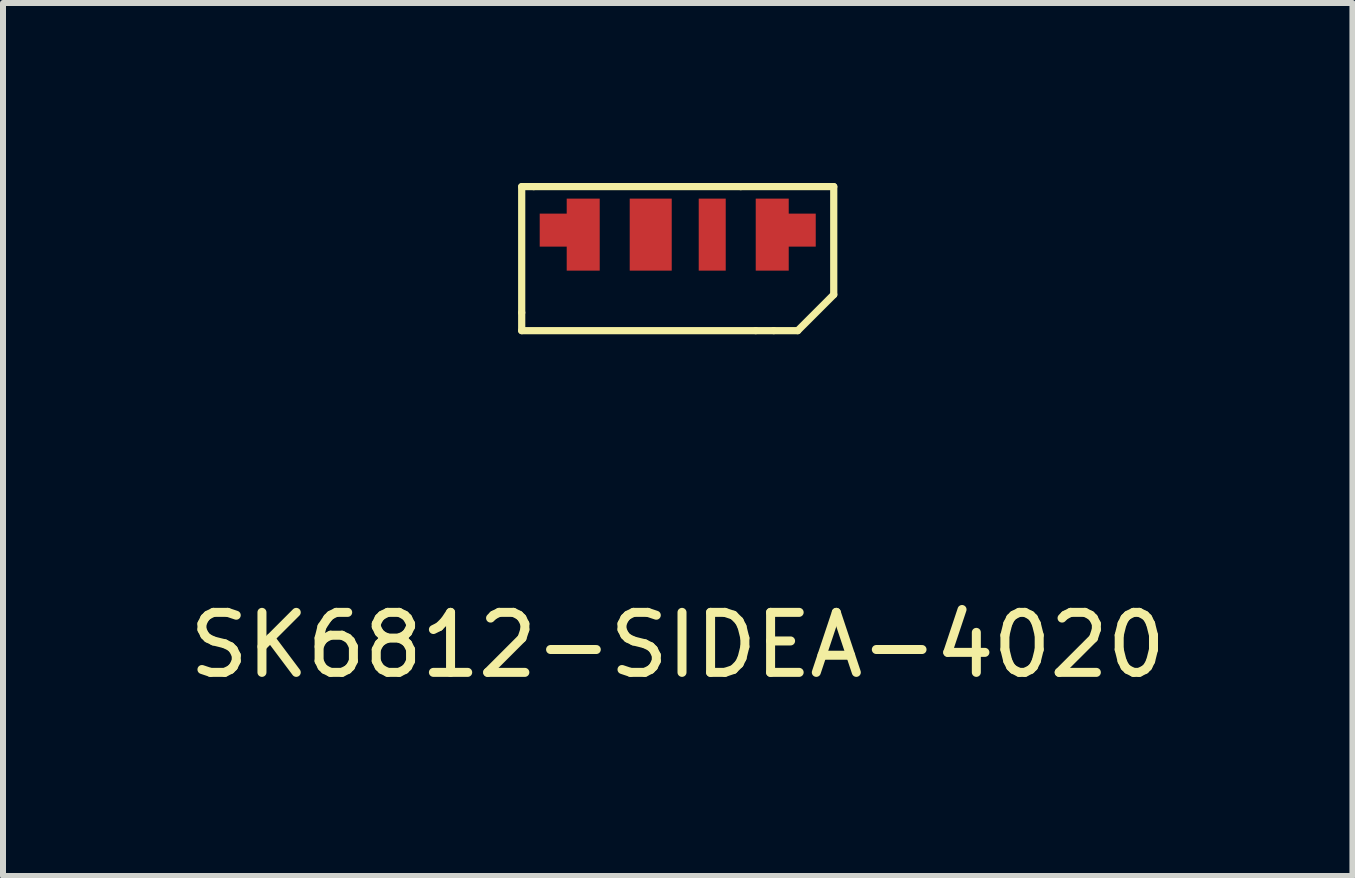
<source format=kicad_pcb>
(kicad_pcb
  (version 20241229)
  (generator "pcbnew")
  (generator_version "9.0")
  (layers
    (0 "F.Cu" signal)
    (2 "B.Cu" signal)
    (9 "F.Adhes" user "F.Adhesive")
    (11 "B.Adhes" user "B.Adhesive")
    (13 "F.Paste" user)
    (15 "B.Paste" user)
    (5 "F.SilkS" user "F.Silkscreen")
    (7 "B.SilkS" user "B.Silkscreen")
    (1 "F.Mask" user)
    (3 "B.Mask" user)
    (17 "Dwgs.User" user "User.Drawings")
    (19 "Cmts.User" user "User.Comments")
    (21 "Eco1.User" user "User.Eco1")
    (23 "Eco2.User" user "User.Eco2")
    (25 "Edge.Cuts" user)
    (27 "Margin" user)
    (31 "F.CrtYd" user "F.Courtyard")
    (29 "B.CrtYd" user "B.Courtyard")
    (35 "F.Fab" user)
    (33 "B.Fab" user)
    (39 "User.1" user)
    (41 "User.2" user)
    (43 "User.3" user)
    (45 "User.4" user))
  (footprint "SK6812-SIDEA-4020"
    (layer "F.Cu")
    (at 8.244 1.26)
    (property "Reference" "SK6812-SIDEA-4020" (at 0 6.44 0) (layer "F.SilkS") (effects (font (size 1 1) (thickness 0.15))))
    (attr through_hole)
    (fp_line (start -2.6 -1.2) (end -2.6 0.9) (stroke (width 0.12) (type solid)) (layer "F.SilkS"))
    (fp_line (start -2.6 0.9) (end -2.6 1.2) (stroke (width 0.12) (type solid)) (layer "F.SilkS"))
    (fp_line (start -2.6 1.2) (end 1.3 1.2) (stroke (width 0.12) (type solid)) (layer "F.SilkS"))
    (fp_line (start -2.4 -1.2) (end -2.6 -1.2) (stroke (width 0.12) (type solid)) (layer "F.SilkS"))
    (fp_line (start 1.05 -1.2) (end -2.4 -1.2) (stroke (width 0.12) (type solid)) (layer "F.SilkS"))
    (fp_line (start 1.3 1.2) (end 1.6 1.2) (stroke (width 0.12) (type solid)) (layer "F.SilkS"))
    (fp_line (start 2 1.2) (end 1.6 1.2) (stroke (width 0.12) (type solid)) (layer "F.SilkS"))
    (fp_line (start 2.6 -1.2) (end 1.05 -1.2) (stroke (width 0.12) (type solid)) (layer "F.SilkS"))
    (fp_line (start 2.6 -1.2) (end 2.6 0.6) (stroke (width 0.12) (type solid)) (layer "F.SilkS"))
    (fp_line (start 2.6 0.6) (end 2 1.2) (stroke (width 0.12) (type solid)) (layer "F.SilkS"))
    (pad "1" smd custom (at -1.55 -0.5) (size 0.5 1) (layers "F.Cu" "F.Mask" "F.Paste") (options (anchor rect)) (primitives (gr_poly (pts (xy 0.25 -0.5) (xy 0.25 0.7) (xy -0.3 0.7) (xy -0.3 0.3) (xy -0.75 0.3) (xy -0.75 -0.25) (xy -0.3 -0.25) (xy -0.3 -0.5)) (width 0) (fill yes))))
    (pad "2" smd rect (at -0.45 -0.4) (size 0.7 1.2) (layers "F.Cu" "F.Mask" "F.Paste"))
    (pad "3" smd rect (at 0.575 -0.4) (size 0.45 1.2) (layers "F.Cu" "F.Mask" "F.Paste"))
    (pad "4" smd custom (at 1.55 -0.5) (size 0.5 1) (layers "F.Cu" "F.Mask" "F.Paste") (options (anchor rect)) (primitives (gr_poly (pts (xy -0.25 -0.5) (xy -0.25 0.7) (xy 0.3 0.7) (xy 0.3 0.3) (xy 0.75 0.3) (xy 0.75 -0.25) (xy 0.3 -0.25) (xy 0.3 -0.5)) (width 0) (fill yes)))))
  (gr_rect
    (start -3 -3)
    (end 19.488 11.548)
    (stroke (width 0.1) (type default))
    (fill no)
    (layer "Edge.Cuts")))
</source>
